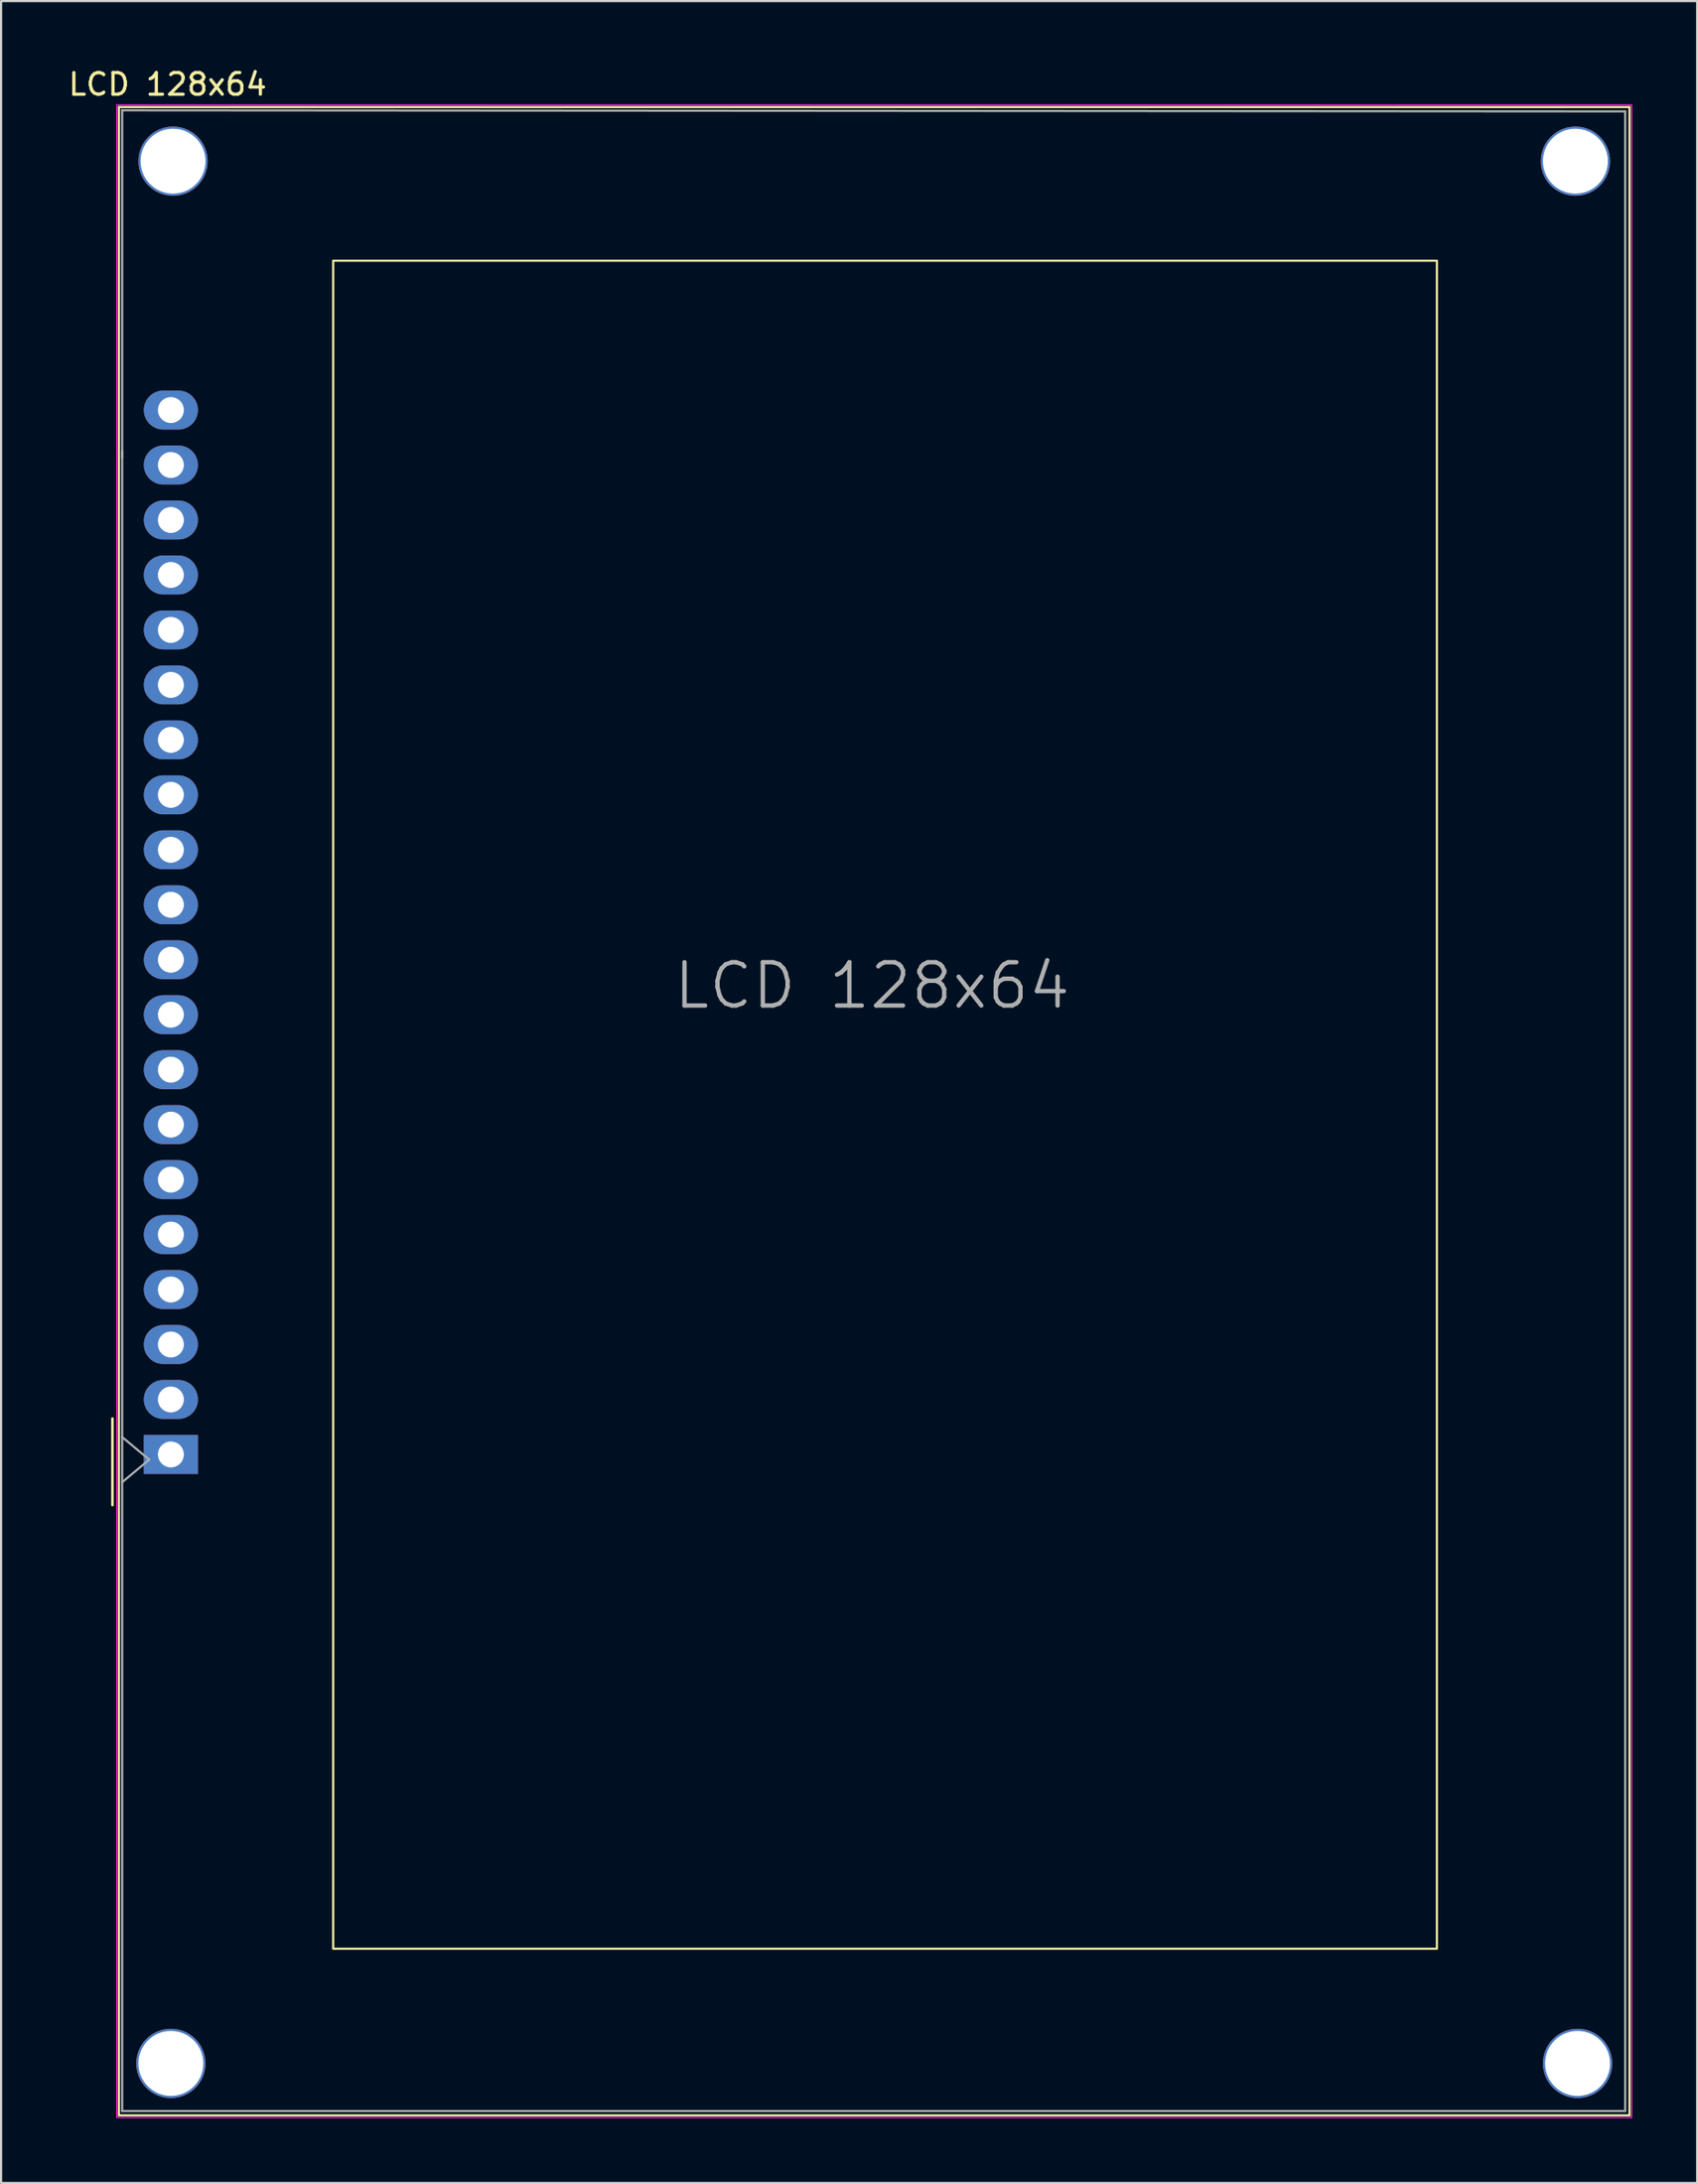
<source format=kicad_pcb>
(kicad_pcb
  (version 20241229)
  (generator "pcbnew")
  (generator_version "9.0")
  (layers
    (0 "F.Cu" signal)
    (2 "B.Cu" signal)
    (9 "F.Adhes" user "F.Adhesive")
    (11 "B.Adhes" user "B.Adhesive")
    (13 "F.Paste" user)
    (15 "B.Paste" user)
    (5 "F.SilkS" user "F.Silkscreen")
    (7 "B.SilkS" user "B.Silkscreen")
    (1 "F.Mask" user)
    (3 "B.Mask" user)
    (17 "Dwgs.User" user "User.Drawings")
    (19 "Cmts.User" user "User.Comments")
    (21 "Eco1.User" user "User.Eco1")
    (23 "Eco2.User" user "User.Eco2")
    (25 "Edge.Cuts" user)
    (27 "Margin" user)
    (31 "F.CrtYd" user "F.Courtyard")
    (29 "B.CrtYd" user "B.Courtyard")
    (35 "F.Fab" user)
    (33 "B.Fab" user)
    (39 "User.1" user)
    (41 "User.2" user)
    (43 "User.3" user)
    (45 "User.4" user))
  (footprint "LCD 128x64"
    (layer "F.Cu")
    (at 2.346 1.798)
    (property "Reference" "LCD 128x64" (at 2.35 -0.95 0) (layer "F.SilkS") (effects (font (size 1 1) (thickness 0.15))))
    (attr through_hole)
    (fp_line (start -0.2 60.7) (end -0.2 64.7) (stroke (width 0.12) (type solid)) (layer "F.SilkS"))
    (fp_line (start 0.1 0.1) (end 0.1 92.9) (stroke (width 0.1) (type solid)) (layer "F.SilkS"))
    (fp_line (start 0.1 92.9) (end 69.9 92.9) (stroke (width 0.1) (type default)) (layer "F.SilkS"))
    (fp_line (start 69.9 0.1) (end 0.1 0.1) (stroke (width 0.1) (type solid)) (layer "F.SilkS"))
    (fp_line (start 69.9 92.9) (end 69.9 0.1) (stroke (width 0.1) (type default)) (layer "F.SilkS"))
    (fp_rect (start 10 7.2) (end 61 85.2) (stroke (width 0.1) (type solid)) (fill no) (layer "F.SilkS"))
    (fp_line (start 0 0) (end 0 93) (stroke (width 0.05) (type solid)) (layer "F.CrtYd"))
    (fp_line (start 0 0) (end 70 0) (stroke (width 0.05) (type solid)) (layer "F.CrtYd"))
    (fp_line (start 0 93) (end 70 93) (stroke (width 0.05) (type solid)) (layer "F.CrtYd"))
    (fp_line (start 70 0) (end 70 93) (stroke (width 0.05) (type solid)) (layer "F.CrtYd"))
    (fp_line (start 0.25 0.25) (end 0.25 16.3) (stroke (width 0.1) (type solid)) (layer "F.Fab"))
    (fp_line (start 0.25 0.25) (end 69.7 0.3) (stroke (width 0.1) (type solid)) (layer "F.Fab"))
    (fp_line (start 0.25 16) (end 0.25 92.7) (stroke (width 0.1) (type solid)) (layer "F.Fab"))
    (fp_line (start 0.25 92.7) (end 69.7 92.7) (stroke (width 0.1) (type default)) (layer "F.Fab"))
    (fp_line (start 1.5 62.6) (end 0.25 61.558) (stroke (width 0.1) (type default)) (layer "F.Fab"))
    (fp_line (start 1.5 62.6) (end 0.25 63.642) (stroke (width 0.1) (type default)) (layer "F.Fab"))
    (fp_line (start 69.7 92.7) (end 69.7 0.3) (stroke (width 0.1) (type default)) (layer "F.Fab"))
    (fp_text user "${REFERENCE}" (at 34.9 40.7 0) (layer "F.Fab") (effects (font (size 2 2) (thickness 0.2))))
    (pad "" thru_hole circle (at 2.5 90.5 270) (size 3.2 3.2) (drill 3) (layers "*.Cu" "*.Mask"))
    (pad "" thru_hole circle (at 2.6 2.6 270) (size 3.2 3.2) (drill 3) (layers "*.Cu" "*.Mask"))
    (pad "" thru_hole circle (at 67.4 2.6 270) (size 3.2 3.2) (drill 3) (layers "*.Cu" "*.Mask"))
    (pad "" thru_hole circle (at 67.5 90.5 270) (size 3.2 3.2) (drill 3) (layers "*.Cu" "*.Mask"))
    (pad "1" thru_hole rect (at 2.5 62.36 270) (size 1.8 2.5) (drill 1.2) (layers "*.Cu" "*.Mask"))
    (pad "2" thru_hole oval (at 2.5 59.82 270) (size 1.8 2.5) (drill 1.2) (layers "*.Cu" "*.Mask"))
    (pad "3" thru_hole oval (at 2.5 57.28 270) (size 1.8 2.5) (drill 1.2) (layers "*.Cu" "*.Mask"))
    (pad "4" thru_hole oval (at 2.5 54.74 270) (size 1.8 2.5) (drill 1.2) (layers "*.Cu" "*.Mask"))
    (pad "5" thru_hole oval (at 2.5 52.2 270) (size 1.8 2.5) (drill 1.2) (layers "*.Cu" "*.Mask"))
    (pad "6" thru_hole oval (at 2.5 49.66 270) (size 1.8 2.5) (drill 1.2) (layers "*.Cu" "*.Mask"))
    (pad "7" thru_hole oval (at 2.5 47.12 270) (size 1.8 2.5) (drill 1.2) (layers "*.Cu" "*.Mask"))
    (pad "8" thru_hole oval (at 2.5 44.58 270) (size 1.8 2.5) (drill 1.2) (layers "*.Cu" "*.Mask"))
    (pad "9" thru_hole oval (at 2.5 42.04 270) (size 1.8 2.5) (drill 1.2) (layers "*.Cu" "*.Mask"))
    (pad "10" thru_hole oval (at 2.5 39.5 270) (size 1.8 2.5) (drill 1.2) (layers "*.Cu" "*.Mask"))
    (pad "11" thru_hole oval (at 2.5 36.96 270) (size 1.8 2.5) (drill 1.2) (layers "*.Cu" "*.Mask"))
    (pad "12" thru_hole oval (at 2.5 34.42 270) (size 1.8 2.5) (drill 1.2) (layers "*.Cu" "*.Mask"))
    (pad "13" thru_hole oval (at 2.5 31.88 270) (size 1.8 2.5) (drill 1.2) (layers "*.Cu" "*.Mask"))
    (pad "14" thru_hole oval (at 2.5 29.34 270) (size 1.8 2.5) (drill 1.2) (layers "*.Cu" "*.Mask"))
    (pad "15" thru_hole oval (at 2.5 26.8 270) (size 1.8 2.5) (drill 1.2) (layers "*.Cu" "*.Mask"))
    (pad "16" thru_hole oval (at 2.5 24.26 270) (size 1.8 2.5) (drill 1.2) (layers "*.Cu" "*.Mask"))
    (pad "17" thru_hole oval (at 2.5 21.72 270) (size 1.8 2.5) (drill 1.2) (layers "*.Cu" "*.Mask"))
    (pad "18" thru_hole oval (at 2.5 19.18 270) (size 1.8 2.5) (drill 1.2) (layers "*.Cu" "*.Mask"))
    (pad "19" thru_hole oval (at 2.5 16.64 270) (size 1.8 2.5) (drill 1.2) (layers "*.Cu" "*.Mask"))
    (pad "20" thru_hole oval (at 2.5 14.1 270) (size 1.8 2.5) (drill 1.2) (layers "*.Cu" "*.Mask")))
  (gr_rect
    (start -3 -3)
    (end 75.371 97.823)
    (stroke (width 0.1) (type default))
    (fill no)
    (layer "Edge.Cuts")))
</source>
